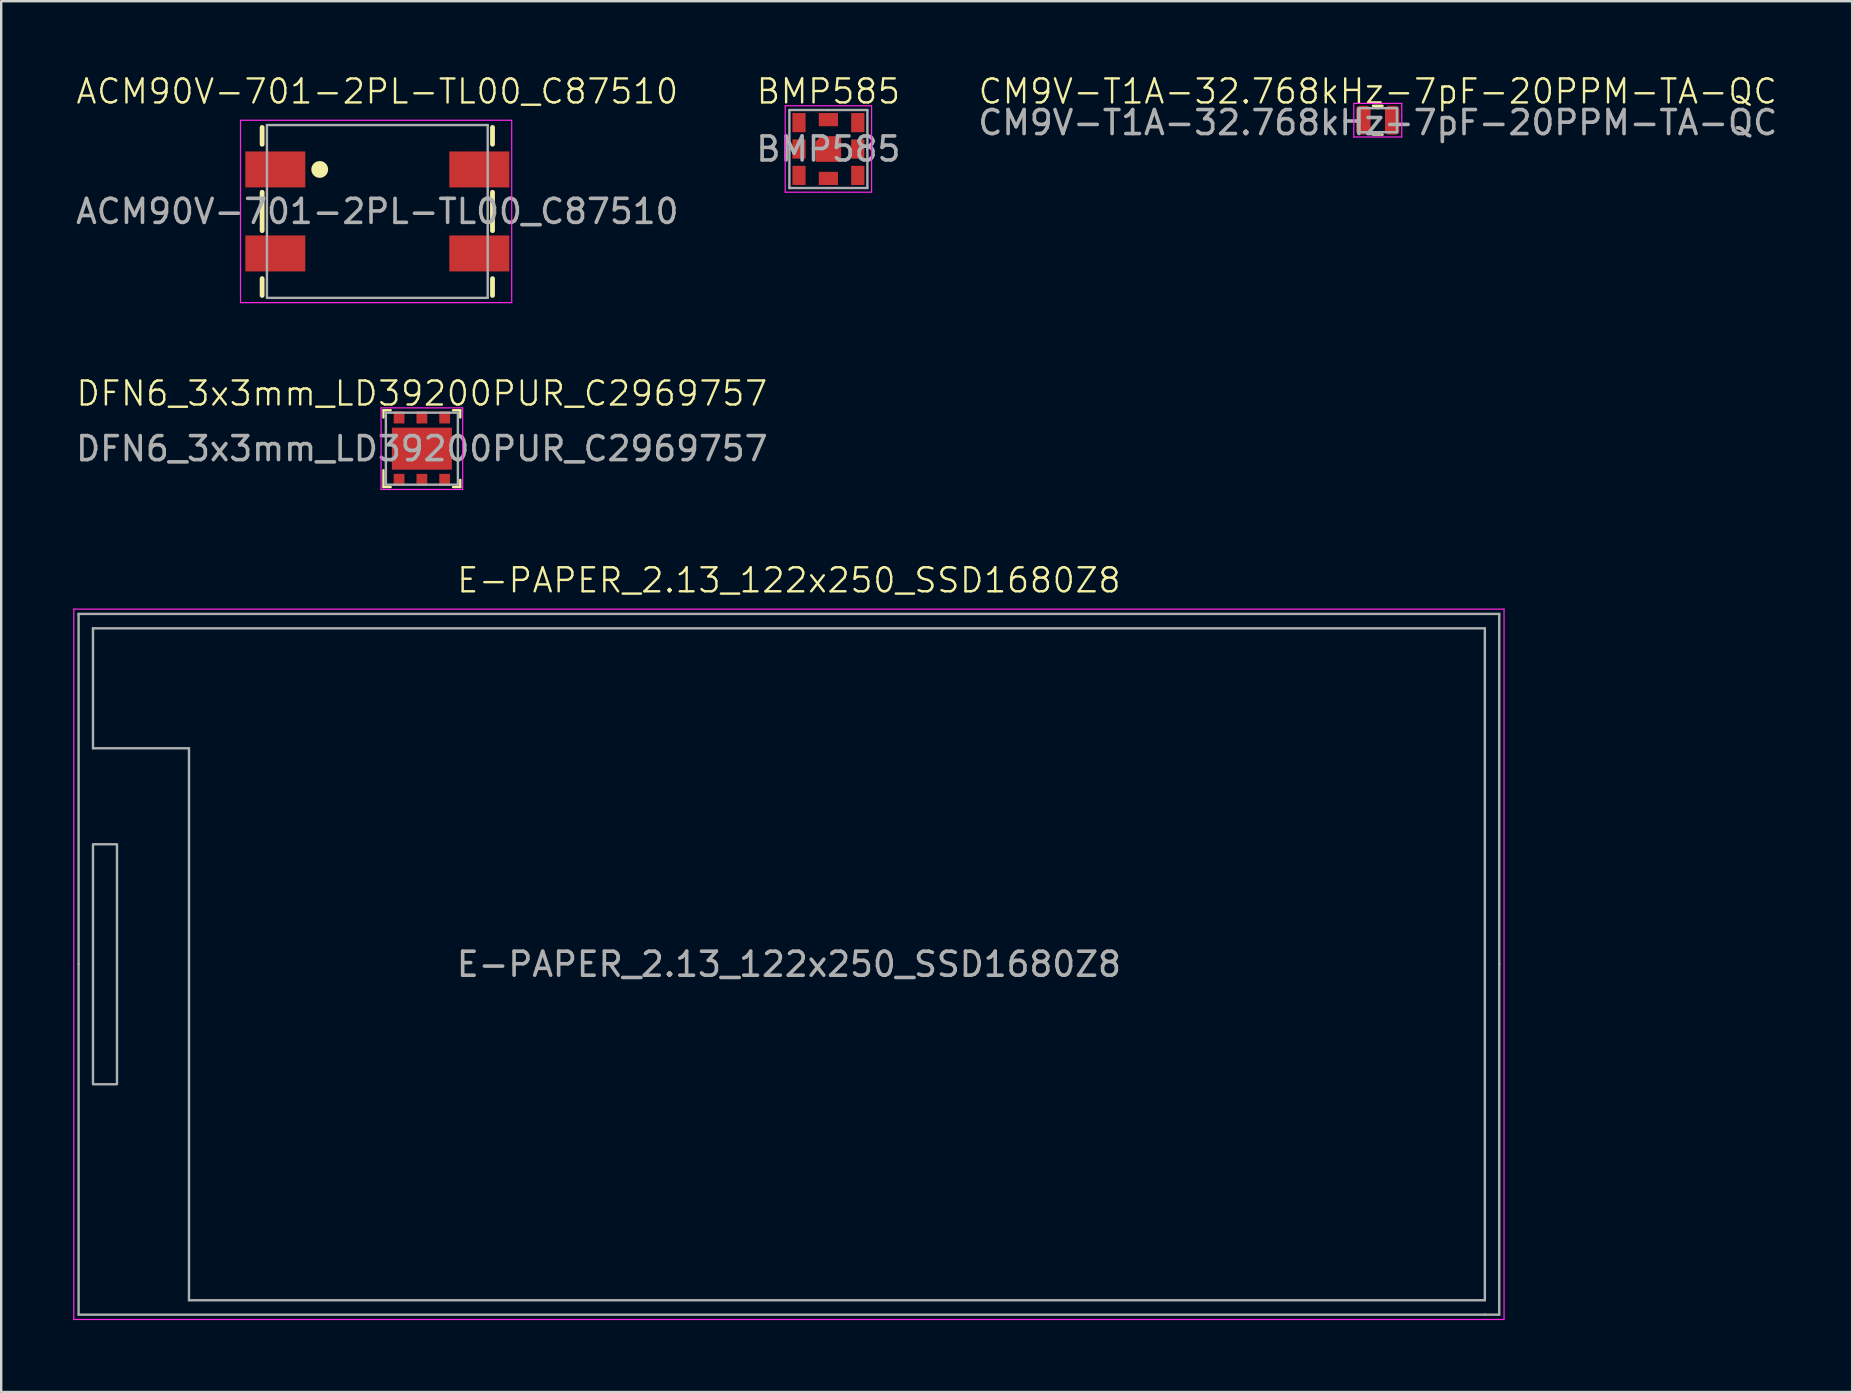
<source format=kicad_pcb>
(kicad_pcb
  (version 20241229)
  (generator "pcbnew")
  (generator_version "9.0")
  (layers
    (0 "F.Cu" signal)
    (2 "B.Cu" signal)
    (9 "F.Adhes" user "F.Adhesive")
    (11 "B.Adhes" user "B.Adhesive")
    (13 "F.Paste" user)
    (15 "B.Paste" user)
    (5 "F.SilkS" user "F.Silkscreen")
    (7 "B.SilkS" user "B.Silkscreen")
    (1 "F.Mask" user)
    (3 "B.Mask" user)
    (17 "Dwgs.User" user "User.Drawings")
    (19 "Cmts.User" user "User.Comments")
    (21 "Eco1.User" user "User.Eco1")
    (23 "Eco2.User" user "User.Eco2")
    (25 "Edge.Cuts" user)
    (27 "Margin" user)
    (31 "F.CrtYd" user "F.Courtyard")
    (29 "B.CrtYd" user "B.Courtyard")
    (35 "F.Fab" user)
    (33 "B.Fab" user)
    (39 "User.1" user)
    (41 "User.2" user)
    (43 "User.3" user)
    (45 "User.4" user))
  (footprint "DFN6_3x3mm_LD39200PUR_C2969757"
    (layer "F.Cu")
    (at 14.53 15.646)
    (property "Reference" "DFN6_3x3mm_LD39200PUR_C2969757" (at 0 -2.3 0) (unlocked yes) (layer "F.SilkS") (effects (font (size 1 1) (thickness 0.1))))
    (attr smd)
    (fp_line (start -1.6 -1.6) (end -1.6 -1.3) (stroke (width 0.1) (type default)) (layer "F.SilkS"))
    (fp_line (start -1.6 -1.6) (end -1.3 -1.6) (stroke (width 0.1) (type default)) (layer "F.SilkS"))
    (fp_line (start -1.6 1.6) (end -1.6 0.9) (stroke (width 0.1) (type default)) (layer "F.SilkS"))
    (fp_line (start -1.6 1.6) (end -1.3 1.6) (stroke (width 0.1) (type default)) (layer "F.SilkS"))
    (fp_line (start 1.6 -1.6) (end 1.3 -1.6) (stroke (width 0.1) (type default)) (layer "F.SilkS"))
    (fp_line (start 1.6 -1.6) (end 1.6 -1.3) (stroke (width 0.1) (type default)) (layer "F.SilkS"))
    (fp_line (start 1.6 1.6) (end 1.3 1.6) (stroke (width 0.1) (type default)) (layer "F.SilkS"))
    (fp_line (start 1.6 1.6) (end 1.6 1.3) (stroke (width 0.1) (type default)) (layer "F.SilkS"))
    (fp_line (start -1.7 -1.7) (end 1.7 -1.7) (stroke (width 0.05) (type default)) (layer "F.CrtYd"))
    (fp_line (start -1.7 1.7) (end -1.7 -1.7) (stroke (width 0.05) (type default)) (layer "F.CrtYd"))
    (fp_line (start 1.7 -1.7) (end 1.7 1.7) (stroke (width 0.05) (type default)) (layer "F.CrtYd"))
    (fp_line (start 1.7 1.7) (end -1.7 1.7) (stroke (width 0.05) (type default)) (layer "F.CrtYd"))
    (fp_line (start -1.5 -1.5) (end 1.5 -1.5) (stroke (width 0.1) (type default)) (layer "F.Fab"))
    (fp_line (start -1.5 1.5) (end -1.5 -1.5) (stroke (width 0.1) (type default)) (layer "F.Fab"))
    (fp_line (start 1.5 -1.5) (end 1.5 1.5) (stroke (width 0.1) (type default)) (layer "F.Fab"))
    (fp_line (start 1.5 1.5) (end -1.5 1.5) (stroke (width 0.1) (type default)) (layer "F.Fab"))
    (fp_text user "${REFERENCE}" (at 0 0 0) (unlocked yes) (layer "F.Fab") (effects (font (size 1 1) (thickness 0.15))))
    (pad "1" smd rect (at -0.95 1.3 180) (size 0.45 0.5) (layers "F.Cu" "F.Mask" "F.Paste"))
    (pad "2" smd rect (at 0 1.3 180) (size 0.45 0.5) (layers "F.Cu" "F.Mask" "F.Paste"))
    (pad "3" smd rect (at 0.95 1.3 180) (size 0.45 0.5) (layers "F.Cu" "F.Mask" "F.Paste"))
    (pad "4" smd rect (at 0.95 -1.3 180) (size 0.45 0.5) (layers "F.Cu" "F.Mask" "F.Paste"))
    (pad "5" smd rect (at 0 -1.3 180) (size 0.45 0.5) (layers "F.Cu" "F.Mask" "F.Paste"))
    (pad "6" smd rect (at -0.95 -1.3 180) (size 0.45 0.5) (layers "F.Cu" "F.Mask" "F.Paste"))
    (pad "7" smd rect (at 0 0 180) (size 2.5 1.75) (layers "F.Cu" "F.Mask" "F.Paste")))
  (footprint "CM9V-T1A-32.768kHz-7pF-20PPM-TA-QC"
    (layer "F.Cu")
    (at 54.363 1.96)
    (property "Reference" "CM9V-T1A-32.768kHz-7pF-20PPM-TA-QC" (at 0 -1.2 0) (unlocked yes) (layer "F.SilkS") (effects (font (size 1 1) (thickness 0.1))))
    (attr smd)
    (fp_line (start -0.2 -0.6) (end 0.2 -0.6) (stroke (width 0.1) (type default)) (layer "F.SilkS"))
    (fp_line (start -0.2 0.6) (end 0.2 0.6) (stroke (width 0.1) (type default)) (layer "F.SilkS"))
    (fp_line (start -1 -0.7) (end -1 0.7) (stroke (width 0.05) (type default)) (layer "F.CrtYd"))
    (fp_line (start -1 0.7) (end 1 0.7) (stroke (width 0.05) (type default)) (layer "F.CrtYd"))
    (fp_line (start 1 -0.7) (end -1 -0.7) (stroke (width 0.05) (type default)) (layer "F.CrtYd"))
    (fp_line (start 1 -0.2) (end 1 -0.7) (stroke (width 0.05) (type default)) (layer "F.CrtYd"))
    (fp_line (start 1 0.7) (end 1 -0.2) (stroke (width 0.05) (type default)) (layer "F.CrtYd"))
    (fp_line (start -0.8 -0.5) (end 0 -0.5) (stroke (width 0.1) (type default)) (layer "F.Fab"))
    (fp_line (start -0.8 0) (end -0.8 -0.5) (stroke (width 0.1) (type default)) (layer "F.Fab"))
    (fp_line (start -0.8 0.5) (end -0.8 0) (stroke (width 0.1) (type default)) (layer "F.Fab"))
    (fp_line (start 0 -0.5) (end 0.8 -0.5) (stroke (width 0.1) (type default)) (layer "F.Fab"))
    (fp_line (start 0 0.5) (end -0.8 0.5) (stroke (width 0.1) (type default)) (layer "F.Fab"))
    (fp_line (start 0.8 -0.5) (end 0.8 0) (stroke (width 0.1) (type default)) (layer "F.Fab"))
    (fp_line (start 0.8 0) (end 0.8 0.5) (stroke (width 0.1) (type default)) (layer "F.Fab"))
    (fp_line (start 0.8 0.5) (end 0 0.5) (stroke (width 0.1) (type default)) (layer "F.Fab"))
    (fp_text user "${REFERENCE}" (at 0 0.1 0) (unlocked yes) (layer "F.Fab") (effects (font (size 1 1) (thickness 0.15))))
    (pad "1" smd roundrect (at -0.6 0) (size 0.6 1.2) (layers "F.Cu" "F.Mask" "F.Paste") (roundrect_rratio 0.25))
    (pad "2" smd roundrect (at 0.6 0) (size 0.6 1.2) (layers "F.Cu" "F.Mask" "F.Paste") (roundrect_rratio 0.25)))
  (footprint "BMP585"
    (layer "F.Cu")
    (at 31.47 3.16)
    (property "Reference" "BMP585" (at 0 -2.4 0) (unlocked yes) (layer "F.SilkS") (effects (font (size 1 1) (thickness 0.1))))
    (attr smd)
    (fp_poly (pts (xy -0.31 -0.535) (xy -0.000001 -0.535) (xy 0.53 -0.535) (xy 0.53 0) (xy 0.53 0.535) (xy -0.000001 0.535) (xy -0.53 0.535) (xy -0.53 0) (xy -0.53 -0.315) (xy -0.31 -0.535)) (stroke (width 0) (type solid)) (fill yes) (layer "F.Cu"))
    (fp_poly (pts (xy -0.31 -0.535) (xy -0.000001 -0.535) (xy 0.53 -0.535) (xy 0.53 0) (xy 0.53 0.535) (xy -0.000001 0.535) (xy -0.53 0.535) (xy -0.53 0) (xy -0.53 -0.315) (xy -0.31 -0.535)) (stroke (width 0) (type solid)) (fill yes) (layer "F.Mask"))
    (fp_line (start -1.8 -1.8) (end 1.8 -1.8) (stroke (width 0.05) (type default)) (layer "F.CrtYd"))
    (fp_line (start -1.8 1.8) (end -1.8 -1.8) (stroke (width 0.05) (type default)) (layer "F.CrtYd"))
    (fp_line (start 1.8 -1.8) (end 1.8 1.8) (stroke (width 0.05) (type default)) (layer "F.CrtYd"))
    (fp_line (start 1.8 1.8) (end -1.8 1.8) (stroke (width 0.05) (type default)) (layer "F.CrtYd"))
    (fp_line (start -1.625 0) (end -1.625 -1.625) (stroke (width 0.1) (type default)) (layer "F.Fab"))
    (fp_line (start -1.625 1.625) (end -1.625 0) (stroke (width 0.1) (type default)) (layer "F.Fab"))
    (fp_line (start 0 -1.625) (end -1.625 -1.625) (stroke (width 0.1) (type default)) (layer "F.Fab"))
    (fp_line (start 0 -1.625) (end 1.625 -1.625) (stroke (width 0.1) (type default)) (layer "F.Fab"))
    (fp_line (start 0 1.625) (end -1.625 1.625) (stroke (width 0.1) (type default)) (layer "F.Fab"))
    (fp_line (start 0 1.625) (end 1.625 1.625) (stroke (width 0.1) (type default)) (layer "F.Fab"))
    (fp_line (start 1.625 0) (end 1.625 -1.625) (stroke (width 0.1) (type default)) (layer "F.Fab"))
    (fp_line (start 1.625 0) (end 1.625 1.625) (stroke (width 0.1) (type default)) (layer "F.Fab"))
    (fp_text user "${REFERENCE}" (at 0 0 0) (unlocked yes) (layer "F.Fab") (effects (font (size 1 1) (thickness 0.15))))
    (pad "1" smd rect (at -1.225 -1.1) (size 0.55 0.8) (layers "F.Cu" "F.Mask" "F.Paste"))
    (pad "2" smd rect (at -1.225 0 180) (size 0.55 0.8) (layers "F.Cu" "F.Mask" "F.Paste"))
    (pad "3" smd rect (at -1.225 1.1) (size 0.55 0.8) (layers "F.Cu" "F.Mask" "F.Paste"))
    (pad "4" smd rect (at 0 1.225 90) (size 0.55 0.8) (layers "F.Cu" "F.Mask" "F.Paste"))
    (pad "5" smd rect (at 1.225 1.1) (size 0.55 0.8) (layers "F.Cu" "F.Mask" "F.Paste"))
    (pad "6" smd rect (at 1.225 0 180) (size 0.55 0.8) (layers "F.Cu" "F.Mask" "F.Paste"))
    (pad "7" smd rect (at 1.225 -1.1) (size 0.55 0.8) (layers "F.Cu" "F.Mask" "F.Paste"))
    (pad "8" smd rect (at 0 -1.225 90) (size 0.55 0.8) (layers "F.Cu" "F.Mask" "F.Paste"))
    (pad "9" smd rect (at 0 0 90) (size 0.8 0.8) (layers "F.Cu" "F.Mask")))
  (footprint "E-PAPER_2.13_122x250_SSD1680Z8"
    (layer "F.Cu")
    (at 29.825 37.132)
    (property "Reference" "E-PAPER_2.13_122x250_SSD1680Z8" (at 0 -16 0) (unlocked yes) (layer "F.SilkS") (effects (font (size 1 1) (thickness 0.1))))
    (attr smd)
    (fp_line (start -29.8 -14.8) (end 29.8 -14.8) (stroke (width 0.05) (type default)) (layer "F.CrtYd"))
    (fp_line (start -29.8 14.8) (end -29.8 -14.8) (stroke (width 0.05) (type default)) (layer "F.CrtYd"))
    (fp_line (start 29.8 -14.8) (end 29.8 14.8) (stroke (width 0.05) (type default)) (layer "F.CrtYd"))
    (fp_line (start 29.8 14.8) (end -29.8 14.8) (stroke (width 0.05) (type default)) (layer "F.CrtYd"))
    (fp_line (start -29.6 14.6) (end 29 14.6) (stroke (width 0.1) (type default)) (layer "F.Fab"))
    (fp_line (start -29.6 -14.6) (end 29.6 -14.6) (stroke (width 0.1) (type default)) (layer "F.Fab"))
    (fp_line (start -29.6 -0.000009) (end -29.6 -14.6) (stroke (width 0.1) (type default)) (layer "F.Fab"))
    (fp_line (start -29.6 -0.000005) (end -29.6 14.6) (stroke (width 0.1) (type default)) (layer "F.Fab"))
    (fp_line (start -29 -14) (end -29 -9) (stroke (width 0.1) (type default)) (layer "F.Fab"))
    (fp_line (start -29 -9) (end -25 -9) (stroke (width 0.1) (type default)) (layer "F.Fab"))
    (fp_line (start -25 -9) (end -25 14) (stroke (width 0.1) (type default)) (layer "F.Fab"))
    (fp_line (start -25 14) (end 29 14) (stroke (width 0.1) (type default)) (layer "F.Fab"))
    (fp_line (start 29 -14) (end -29 -14) (stroke (width 0.1) (type default)) (layer "F.Fab"))
    (fp_line (start 29 14) (end 29 -14) (stroke (width 0.1) (type default)) (layer "F.Fab"))
    (fp_line (start 29 14.6) (end 29.6 14.6) (stroke (width 0.1) (type default)) (layer "F.Fab"))
    (fp_line (start 29.6 0) (end 29.6 -14.6) (stroke (width 0.1) (type default)) (layer "F.Fab"))
    (fp_line (start 29.6 0) (end 29.6 14.6) (stroke (width 0.1) (type default)) (layer "F.Fab"))
    (fp_rect (start -29 -5) (end -28 5) (stroke (width 0.1) (type default)) (fill no) (layer "F.Fab"))
    (fp_text user "${REFERENCE}" (at 0 0 0) (unlocked yes) (layer "F.Fab") (effects (font (size 1 1) (thickness 0.15)))))
  (footprint "ACM90V-701-2PL-TL00_C87510"
    (layer "F.Cu")
    (at 12.673 5.761)
    (property "Reference" "ACM90V-701-2PL-TL00_C87510" (at 0 -5 0) (unlocked yes) (layer "F.SilkS") (effects (font (size 1 1) (thickness 0.1))))
    (attr smd)
    (fp_line (start -4.8 -3.5) (end -4.8 -2.8) (stroke (width 0.2) (type default)) (layer "F.SilkS"))
    (fp_line (start -4.8 -0.8) (end -4.8 0.8) (stroke (width 0.2) (type default)) (layer "F.SilkS"))
    (fp_line (start -4.8 2.8) (end -4.8 3.5) (stroke (width 0.2) (type default)) (layer "F.SilkS"))
    (fp_line (start 4.8 -3.5) (end 4.8 -2.8) (stroke (width 0.2) (type default)) (layer "F.SilkS"))
    (fp_line (start 4.8 -0.8) (end 4.8 0.8) (stroke (width 0.2) (type default)) (layer "F.SilkS"))
    (fp_line (start 4.8 2.8) (end 4.8 3.5) (stroke (width 0.2) (type default)) (layer "F.SilkS"))
    (fp_circle (center -2.4 -1.75) (end -2.1 -1.75) (stroke (width 0.1) (type solid)) (fill yes) (layer "F.SilkS"))
    (fp_line (start -5.7 -3.8) (end -5.7 -2) (stroke (width 0.05) (type default)) (layer "F.CrtYd"))
    (fp_line (start -5.7 -2) (end -5.7 3.8) (stroke (width 0.05) (type default)) (layer "F.CrtYd"))
    (fp_line (start -5.7 3.8) (end 5.6 3.8) (stroke (width 0.05) (type default)) (layer "F.CrtYd"))
    (fp_line (start 5.6 -3.8) (end -5.7 -3.8) (stroke (width 0.05) (type default)) (layer "F.CrtYd"))
    (fp_line (start 5.6 -2) (end 5.6 -3.8) (stroke (width 0.05) (type default)) (layer "F.CrtYd"))
    (fp_line (start 5.6 3.8) (end 5.6 -2) (stroke (width 0.05) (type default)) (layer "F.CrtYd"))
    (fp_line (start -4.6 -3.6) (end 4.6 -3.6) (stroke (width 0.1) (type default)) (layer "F.Fab"))
    (fp_line (start -4.6 3.6) (end -4.6 -3.6) (stroke (width 0.1) (type default)) (layer "F.Fab"))
    (fp_line (start 4.6 -3.6) (end 4.6 3.6) (stroke (width 0.1) (type default)) (layer "F.Fab"))
    (fp_line (start 4.6 3.6) (end -4.6 3.6) (stroke (width 0.1) (type default)) (layer "F.Fab"))
    (fp_text user "${REFERENCE}" (at 0 0 0) (unlocked yes) (layer "F.Fab") (effects (font (size 1 1) (thickness 0.15))))
    (pad "1" smd rect (at -4.25 -1.75) (size 2.5 1.5) (layers "F.Cu" "F.Mask" "F.Paste"))
    (pad "2" smd rect (at -4.25 1.75) (size 2.5 1.5) (layers "F.Cu" "F.Mask" "F.Paste"))
    (pad "3" smd rect (at 4.25 1.75) (size 2.5 1.5) (layers "F.Cu" "F.Mask" "F.Paste"))
    (pad "4" smd rect (at 4.25 -1.75) (size 2.5 1.5) (layers "F.Cu" "F.Mask" "F.Paste")))
  (gr_rect
    (start -3 -3)
    (end 74.131 54.956)
    (stroke (width 0.1) (type default))
    (fill no)
    (layer "Edge.Cuts")))
</source>
